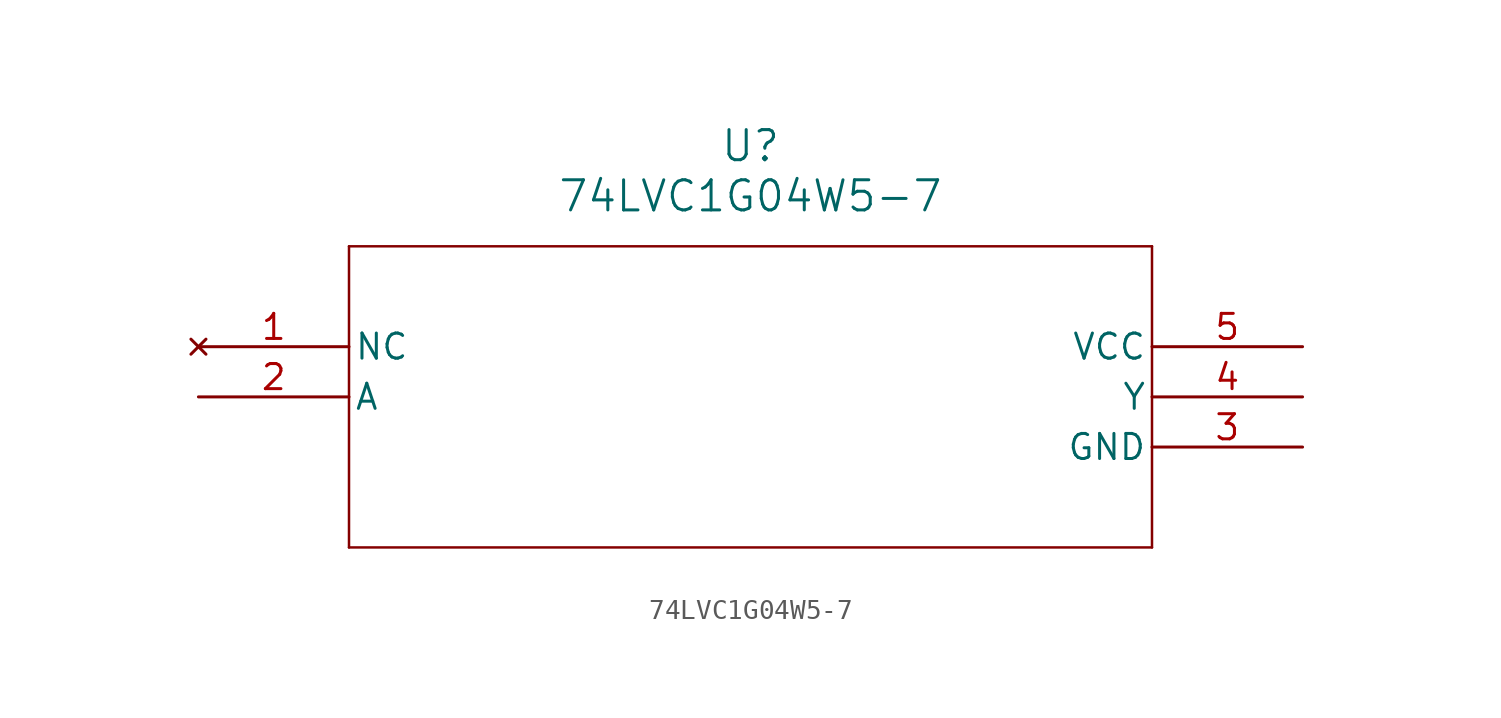
<source format=kicad_sym>
(kicad_symbol_lib
  (version 20211014)
  (generator kicad_symbol_editor)
  (symbol "74LVC1G04W5-7"
    (pin_names
      (offset 0.254))
    (property "Reference" "U"
      (at 27.94 10.16 0)
      (effects (font (size 1.524 1.524))))
    (property "Value" "74LVC1G04W5-7"
      (at 27.94 7.62 0)
      (effects (font (size 1.524 1.524))))
    (symbol "74LVC1G04W5-7_0_1"
      (polyline (pts (xy 7.62 5.08) (xy 7.62 -10.16)) (stroke (width 0.127) (type default) (color 0 0 0 0)) (fill (type none)))
      (polyline (pts (xy 7.62 -10.16) (xy 48.26 -10.16)) (stroke (width 0.127) (type default) (color 0 0 0 0)) (fill (type none)))
      (polyline (pts (xy 48.26 -10.16) (xy 48.26 5.08)) (stroke (width 0.127) (type default) (color 0 0 0 0)) (fill (type none)))
      (polyline (pts (xy 48.26 5.08) (xy 7.62 5.08)) (stroke (width 0.127) (type default) (color 0 0 0 0)) (fill (type none)))
      (pin no_connect line (at 0 0 0) (length 7.62) (name "NC" (effects (font (size 1.27 1.27)))) (number "1" (effects (font (size 1.27 1.27)))))
      (pin input line (at 0 -2.54 0) (length 7.62) (name "A" (effects (font (size 1.27 1.27)))) (number "2" (effects (font (size 1.27 1.27)))))
      (pin power_in line (at 55.88 -5.08 180) (length 7.62) (name "GND" (effects (font (size 1.27 1.27)))) (number "3" (effects (font (size 1.27 1.27)))))
      (pin output line (at 55.88 -2.54 180) (length 7.62) (name "Y" (effects (font (size 1.27 1.27)))) (number "4" (effects (font (size 1.27 1.27)))))
      (pin power_in line (at 55.88 0 180) (length 7.62) (name "VCC" (effects (font (size 1.27 1.27)))) (number "5" (effects (font (size 1.27 1.27))))))))
</source>
